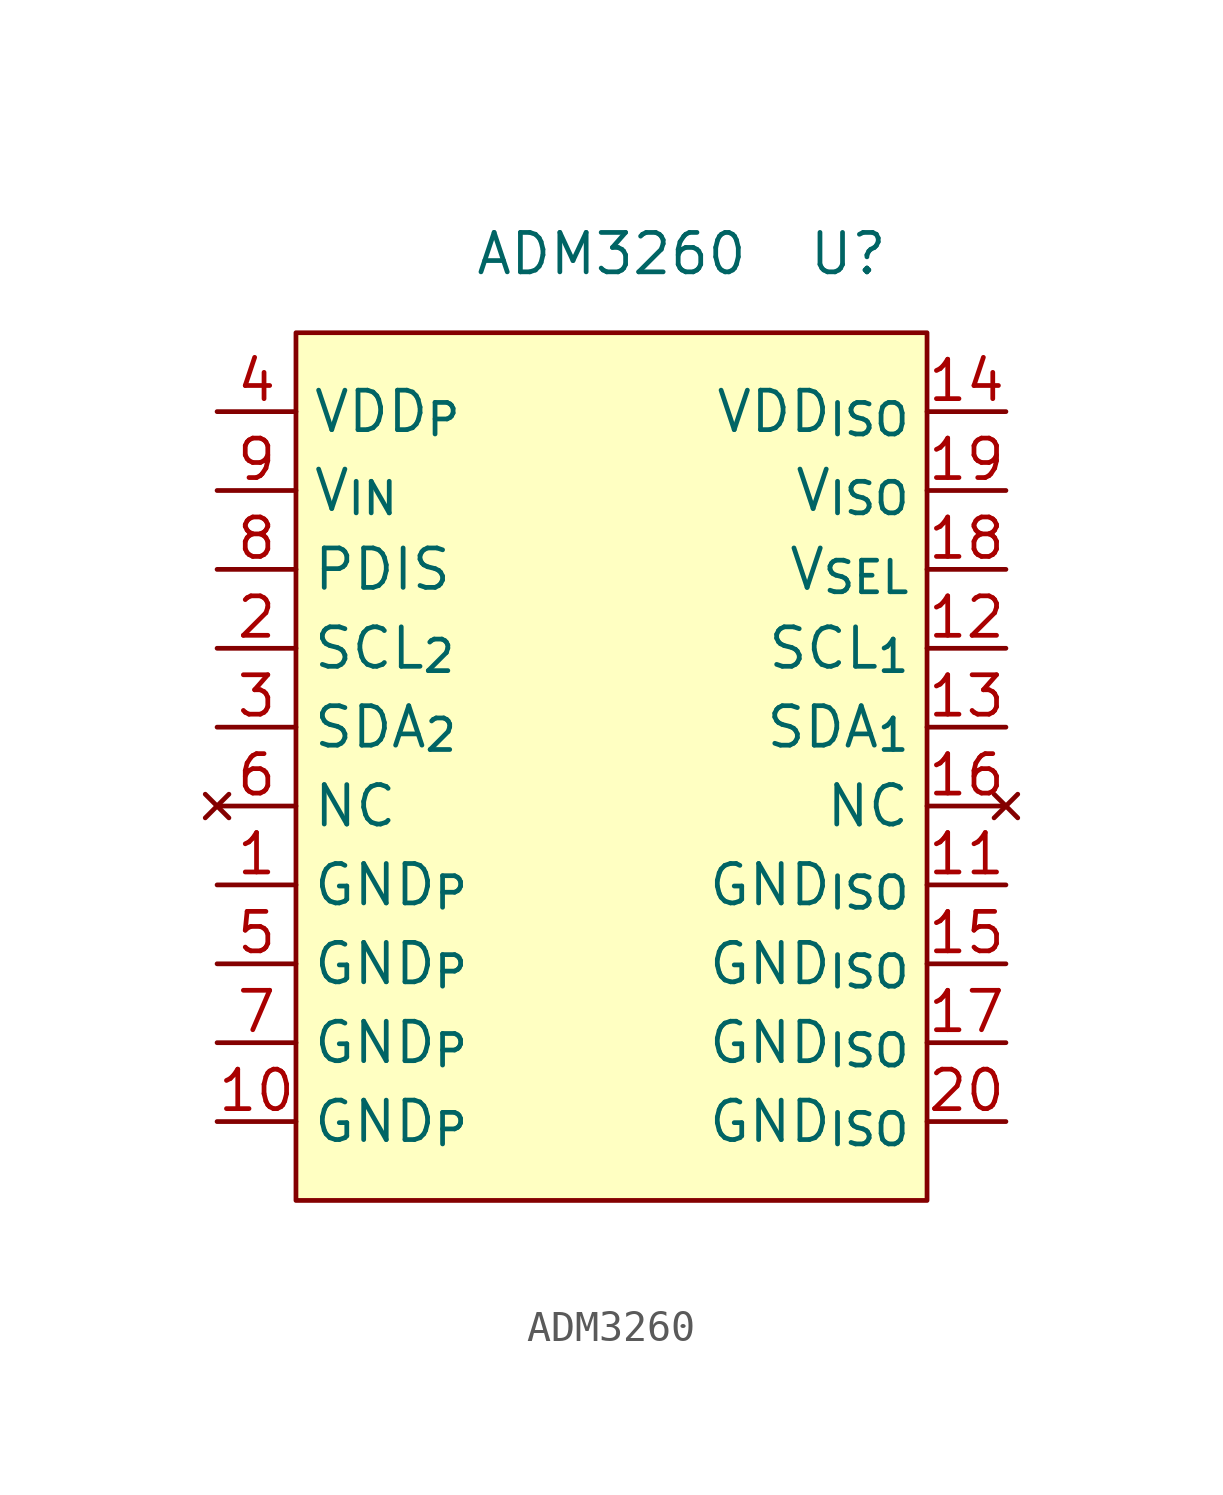
<source format=kicad_sym>
(kicad_symbol_lib
  (version 20211014)
  (generator kicad_symbol_editor)
  (symbol "ADM3260"
    (property "Reference" "U"
      (at 7.62 5.08 0)
      (effects (font (size 1.27 1.27))))
    (property "Value" "ADM3260"
      (at 0 5.08 0)
      (effects (font (size 1.27 1.27))))
    (symbol "ADM3260_0_0"
      (pin power_in line (at -12.7 -15.24 0) (length 2.54) (name "GND_{P}" (effects (font (size 1.27 1.27)))) (number "1" (effects (font (size 1.27 1.27)))))
      (pin power_in line (at -12.7 -22.86 0) (length 2.54) (name "GND_{P}" (effects (font (size 1.27 1.27)))) (number "10" (effects (font (size 1.27 1.27)))))
      (pin power_in line (at 12.7 -15.24 180) (length 2.54) (name "GND_{ISO}" (effects (font (size 1.27 1.27)))) (number "11" (effects (font (size 1.27 1.27)))))
      (pin bidirectional line (at 12.7 -7.62 180) (length 2.54) (name "SCL_{1}" (effects (font (size 1.27 1.27)))) (number "12" (effects (font (size 1.27 1.27)))))
      (pin bidirectional line (at 12.7 -10.16 180) (length 2.54) (name "SDA_{1}" (effects (font (size 1.27 1.27)))) (number "13" (effects (font (size 1.27 1.27)))))
      (pin power_in line (at 12.7 0 180) (length 2.54) (name "VDD_{ISO}" (effects (font (size 1.27 1.27)))) (number "14" (effects (font (size 1.27 1.27)))))
      (pin power_in line (at 12.7 -17.78 180) (length 2.54) (name "GND_{ISO}" (effects (font (size 1.27 1.27)))) (number "15" (effects (font (size 1.27 1.27)))))
      (pin no_connect line (at 12.7 -12.7 180) (length 2.54) (name "NC" (effects (font (size 1.27 1.27)))) (number "16" (effects (font (size 1.27 1.27)))))
      (pin power_in line (at 12.7 -20.32 180) (length 2.54) (name "GND_{ISO}" (effects (font (size 1.27 1.27)))) (number "17" (effects (font (size 1.27 1.27)))))
      (pin power_in line (at 12.7 -5.08 180) (length 2.54) (name "V_{SEL}" (effects (font (size 1.27 1.27)))) (number "18" (effects (font (size 1.27 1.27)))))
      (pin power_in line (at 12.7 -2.54 180) (length 2.54) (name "V_{ISO}" (effects (font (size 1.27 1.27)))) (number "19" (effects (font (size 1.27 1.27)))))
      (pin bidirectional line (at -12.7 -7.62 0) (length 2.54) (name "SCL_{2}" (effects (font (size 1.27 1.27)))) (number "2" (effects (font (size 1.27 1.27)))))
      (pin power_out line (at 12.7 -22.86 180) (length 2.54) (name "GND_{ISO}" (effects (font (size 1.27 1.27)))) (number "20" (effects (font (size 1.27 1.27)))))
      (pin bidirectional line (at -12.7 -10.16 0) (length 2.54) (name "SDA_{2}" (effects (font (size 1.27 1.27)))) (number "3" (effects (font (size 1.27 1.27)))))
      (pin power_in line (at -12.7 0 0) (length 2.54) (name "VDD_{P}" (effects (font (size 1.27 1.27)))) (number "4" (effects (font (size 1.27 1.27)))))
      (pin power_in line (at -12.7 -17.78 0) (length 2.54) (name "GND_{P}" (effects (font (size 1.27 1.27)))) (number "5" (effects (font (size 1.27 1.27)))))
      (pin no_connect line (at -12.7 -12.7 0) (length 2.54) (name "NC" (effects (font (size 1.27 1.27)))) (number "6" (effects (font (size 1.27 1.27)))))
      (pin power_in line (at -12.7 -20.32 0) (length 2.54) (name "GND_{P}" (effects (font (size 1.27 1.27)))) (number "7" (effects (font (size 1.27 1.27)))))
      (pin power_in line (at -12.7 -5.08 0) (length 2.54) (name "PDIS" (effects (font (size 1.27 1.27)))) (number "8" (effects (font (size 1.27 1.27)))))
      (pin power_in line (at -12.7 -2.54 0) (length 2.54) (name "V_{IN}" (effects (font (size 1.27 1.27)))) (number "9" (effects (font (size 1.27 1.27))))))
    (symbol "ADM3260_0_1"
      (rectangle (start -10.16 2.54) (end 10.16 -25.4) (stroke (width 0.152) (type default) (color 0 0 0 0)) (fill (type background))))))
</source>
